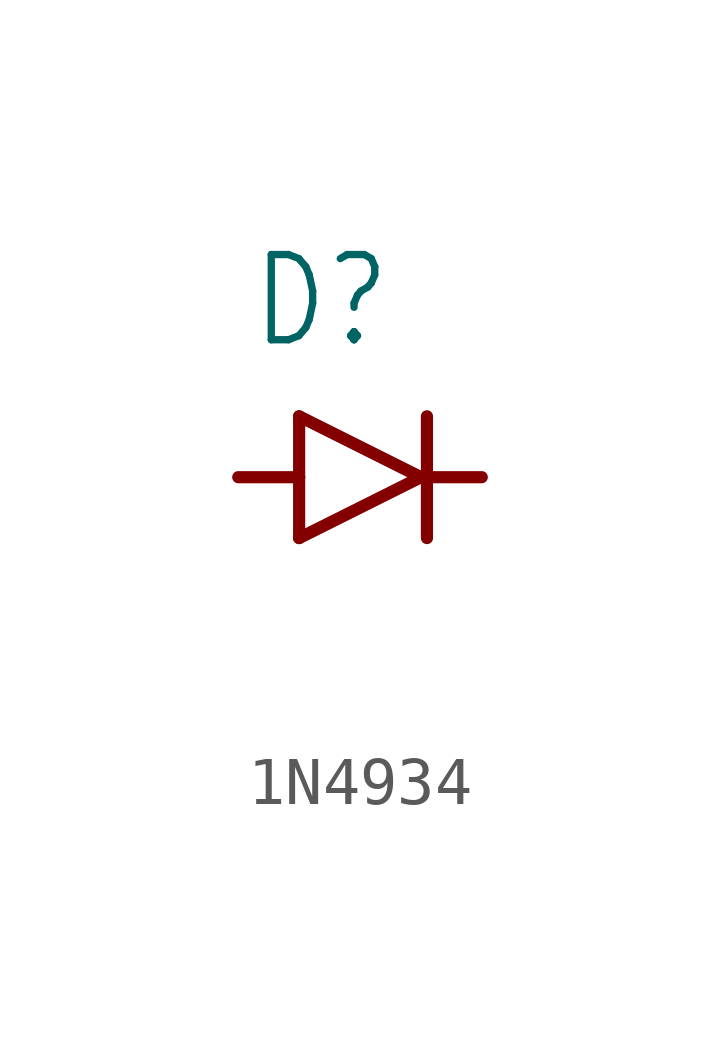
<source format=kicad_sym>
(kicad_symbol_lib
  (version 20220914)
  (generator kicad_symbol_editor)
  (symbol "1N4934"
    (property "Reference" "D"
      (at -2.311 2.642 0)
      (effects (font (size 1.778 1.511)) (justify left bottom)))
    (property "Value" ""
      (at -2.565 -4.496 0)
      (effects (font (size 1.778 1.511)) (justify left bottom)))
    (property "ki_locked" ""
      (at 0 0 0)
      (effects (font (size 1.27 1.27))))
    (symbol "1N4934_1_0"
      (polyline (pts (xy -2.54 0) (xy -1.27 0)) (stroke (width 0.254) (type solid)) (fill (type none)))
      (polyline (pts (xy -1.27 -1.27) (xy 1.27 0)) (stroke (width 0.254) (type solid)) (fill (type none)))
      (polyline (pts (xy -1.27 0) (xy -1.27 -1.27)) (stroke (width 0.254) (type solid)) (fill (type none)))
      (polyline (pts (xy -1.27 1.27) (xy -1.27 0)) (stroke (width 0.254) (type solid)) (fill (type none)))
      (polyline (pts (xy 1.27 0) (xy -1.27 1.27)) (stroke (width 0.254) (type solid)) (fill (type none)))
      (polyline (pts (xy 1.397 1.27) (xy 1.397 -1.27)) (stroke (width 0.254) (type solid)) (fill (type none)))
      (polyline (pts (xy 2.54 0) (xy 1.27 0)) (stroke (width 0.254) (type solid)) (fill (type none)))
      (pin passive line (at -2.54 0 0) (length 0) (name "A" (effects (font (size 0 0)))) (number "A" (effects (font (size 0 0)))))
      (pin passive line (at 2.54 0 180) (length 0) (name "C" (effects (font (size 0 0)))) (number "C" (effects (font (size 0 0))))))))
</source>
